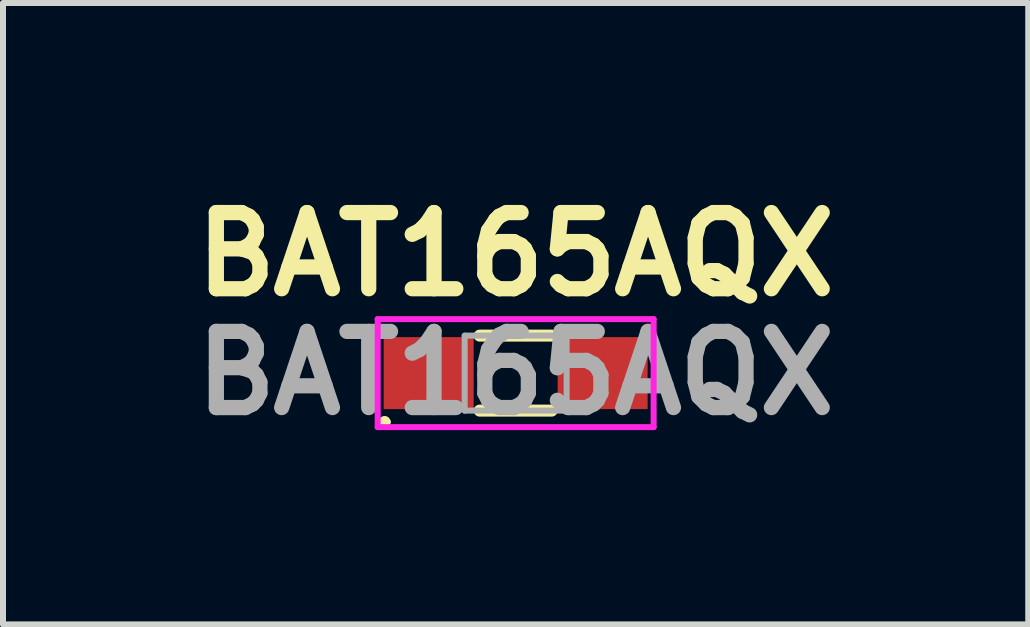
<source format=kicad_pcb>
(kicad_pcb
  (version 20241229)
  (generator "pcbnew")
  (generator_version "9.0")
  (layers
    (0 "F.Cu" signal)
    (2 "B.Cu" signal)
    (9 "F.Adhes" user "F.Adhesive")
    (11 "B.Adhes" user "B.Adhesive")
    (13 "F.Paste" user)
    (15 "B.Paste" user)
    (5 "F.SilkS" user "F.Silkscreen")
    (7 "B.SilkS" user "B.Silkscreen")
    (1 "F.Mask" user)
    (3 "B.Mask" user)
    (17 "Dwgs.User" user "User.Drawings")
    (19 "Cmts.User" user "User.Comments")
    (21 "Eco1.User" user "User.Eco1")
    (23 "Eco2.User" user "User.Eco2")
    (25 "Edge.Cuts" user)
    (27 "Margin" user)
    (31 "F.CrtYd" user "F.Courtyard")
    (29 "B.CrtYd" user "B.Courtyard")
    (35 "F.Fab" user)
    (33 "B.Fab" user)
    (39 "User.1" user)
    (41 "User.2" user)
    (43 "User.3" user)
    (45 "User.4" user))
  (footprint "BAT165AQX"
    (layer "F.Cu")
    (at 5.546 3.17)
    (property "Reference" "BAT165AQX" (at 0 -1.981 0) (layer "F.SilkS") (effects (font (size 1.27 1.27) (thickness 0.254))))
    (attr smd)
    (fp_line (start -2.234 0.814) (end -2.234 0.814) (stroke (width 0.1) (type solid)) (layer "F.SilkS"))
    (fp_line (start -2.134 0.814) (end -2.134 0.814) (stroke (width 0.1) (type solid)) (layer "F.SilkS"))
    (fp_line (start -0.6 -0.625) (end 0.6 -0.625) (stroke (width 0.2) (type solid)) (layer "F.SilkS"))
    (fp_line (start -0.6 0.625) (end 0.6 0.625) (stroke (width 0.2) (type solid)) (layer "F.SilkS"))
    (fp_arc (start -2.2344 0.8136) (mid -2.1844 0.7636) (end -2.1344 0.8136) (stroke (width 0.1) (type solid)) (layer "F.SilkS"))
    (fp_arc (start -2.1344 0.8136) (mid -2.1844 0.8636) (end -2.2344 0.8136) (stroke (width 0.1) (type solid)) (layer "F.SilkS"))
    (fp_line (start -2.3 -0.9) (end 2.3 -0.9) (stroke (width 0.1) (type solid)) (layer "F.CrtYd"))
    (fp_line (start -2.3 0.9) (end -2.3 -0.9) (stroke (width 0.1) (type solid)) (layer "F.CrtYd"))
    (fp_line (start 2.3 -0.9) (end 2.3 0.9) (stroke (width 0.1) (type solid)) (layer "F.CrtYd"))
    (fp_line (start 2.3 0.9) (end -2.3 0.9) (stroke (width 0.1) (type solid)) (layer "F.CrtYd"))
    (fp_line (start -0.85 -0.625) (end 0.85 -0.625) (stroke (width 0.1) (type solid)) (layer "F.Fab"))
    (fp_line (start -0.85 0.625) (end -0.85 -0.625) (stroke (width 0.1) (type solid)) (layer "F.Fab"))
    (fp_line (start 0.85 -0.625) (end 0.85 0.625) (stroke (width 0.1) (type solid)) (layer "F.Fab"))
    (fp_line (start 0.85 0.625) (end -0.85 0.625) (stroke (width 0.1) (type solid)) (layer "F.Fab"))
    (fp_text user "${REFERENCE}" (at 0 0 0) (layer "F.Fab") (effects (font (size 1.27 1.27) (thickness 0.254))))
    (pad "1" smd rect (at -1.45 0 90) (size 1.2 1.5) (layers "F.Cu" "F.Mask" "F.Paste"))
    (pad "2" smd rect (at 1.45 0 90) (size 1.2 1.5) (layers "F.Cu" "F.Mask" "F.Paste")))
  (gr_rect
    (start -3 -3)
    (end 14.091 7.359)
    (stroke (width 0.1) (type default))
    (fill no)
    (layer "Edge.Cuts")))
</source>
